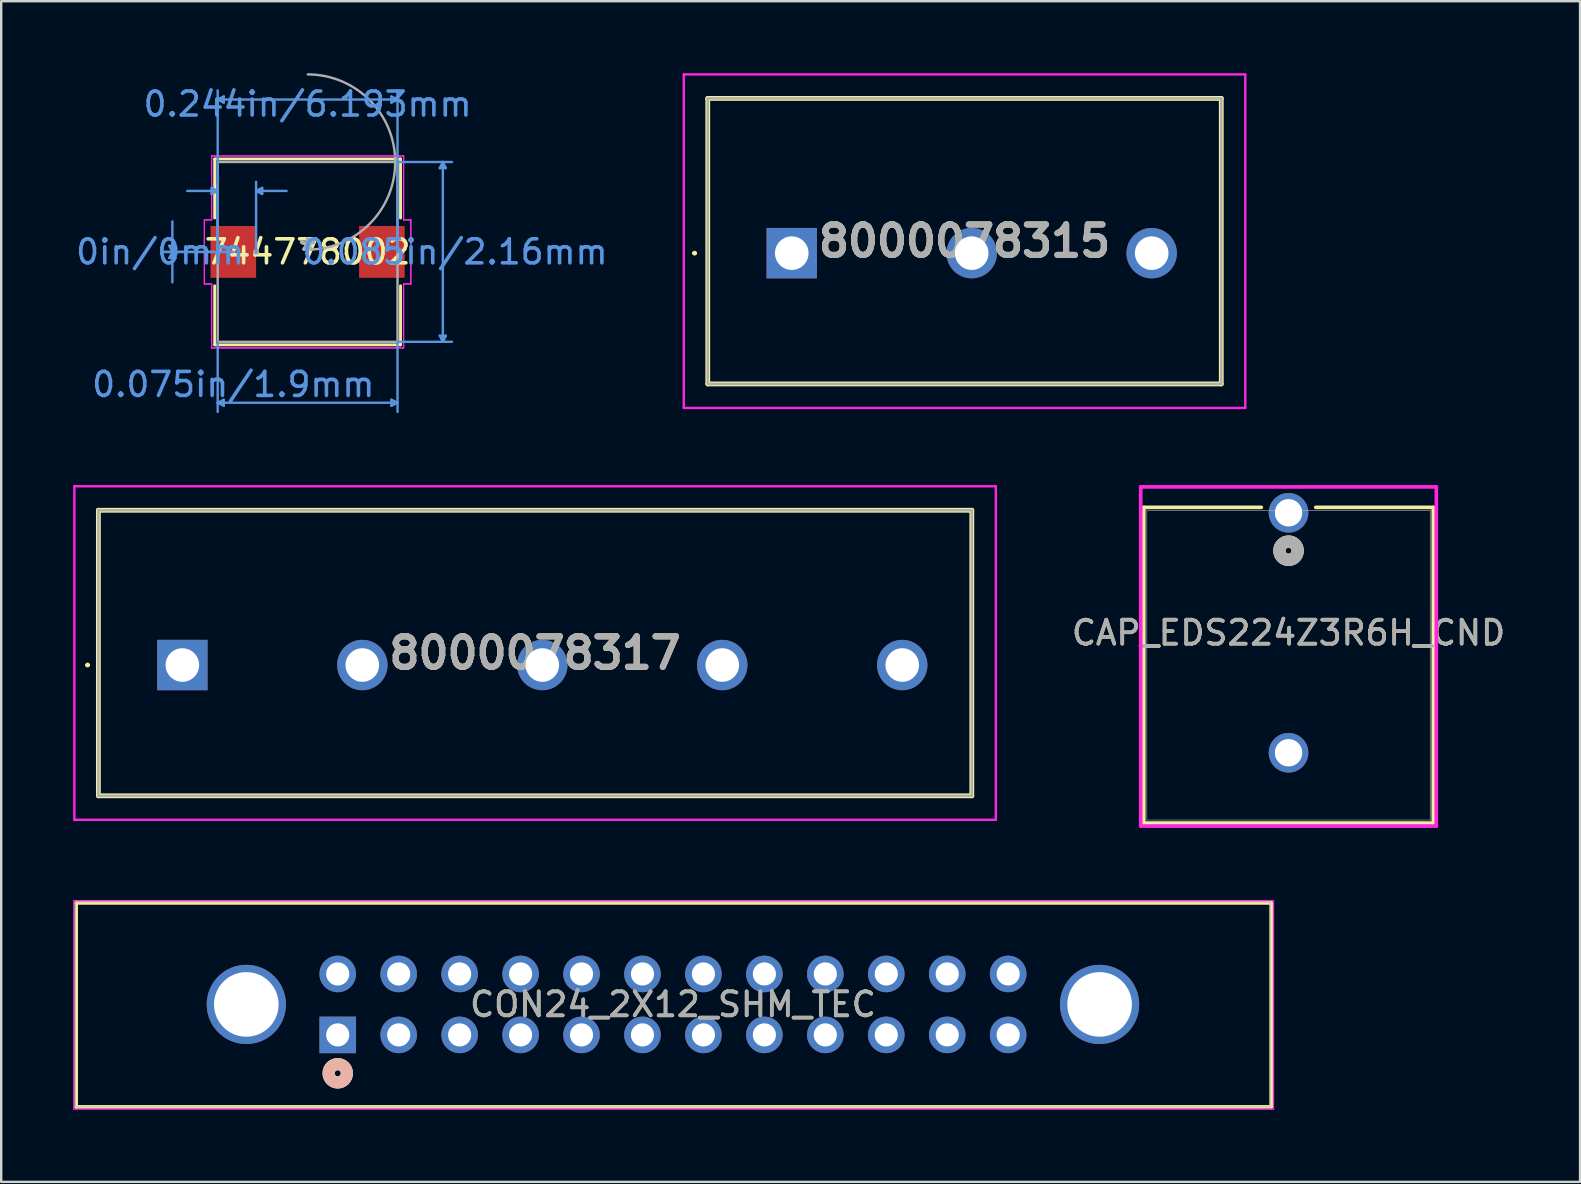
<source format=kicad_pcb>
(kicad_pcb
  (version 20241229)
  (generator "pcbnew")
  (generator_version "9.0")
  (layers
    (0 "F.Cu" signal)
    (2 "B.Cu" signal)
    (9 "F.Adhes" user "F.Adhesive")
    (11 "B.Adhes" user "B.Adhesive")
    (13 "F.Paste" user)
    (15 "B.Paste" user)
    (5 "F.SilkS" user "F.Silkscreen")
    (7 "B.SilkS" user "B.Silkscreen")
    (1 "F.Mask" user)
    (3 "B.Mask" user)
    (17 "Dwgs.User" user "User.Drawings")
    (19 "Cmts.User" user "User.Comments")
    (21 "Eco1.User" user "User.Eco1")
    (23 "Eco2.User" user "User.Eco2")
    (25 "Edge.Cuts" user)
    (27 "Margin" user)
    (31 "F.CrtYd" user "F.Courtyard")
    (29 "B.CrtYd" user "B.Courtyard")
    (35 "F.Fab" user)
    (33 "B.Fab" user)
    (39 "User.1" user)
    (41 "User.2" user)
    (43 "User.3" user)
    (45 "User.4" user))
  (footprint "CAP_EDS224Z3R6H_CND"
    (layer "F.Cu")
    (at 50.649 18.321)
    (property "Reference" "CAP_EDS224Z3R6H_CND" (at 0 5 0) (unlocked yes) (layer "F.SilkS") (effects (font (size 1 1) (thickness 0.15))))
    (attr through_hole)
    (fp_line (start -6.032 -0.227) (end -6.032 12.93) (stroke (width 0.152) (type solid)) (layer "F.SilkS"))
    (fp_line (start -6.032 12.93) (end 6.032 12.93) (stroke (width 0.152) (type solid)) (layer "F.SilkS"))
    (fp_line (start -1.136 -0.227) (end -6.032 -0.227) (stroke (width 0.152) (type solid)) (layer "F.SilkS"))
    (fp_line (start 6.032 -0.227) (end 1.136 -0.227) (stroke (width 0.152) (type solid)) (layer "F.SilkS"))
    (fp_line (start 6.032 12.93) (end 6.032 -0.227) (stroke (width 0.152) (type solid)) (layer "F.SilkS"))
    (fp_circle (center 0 1.58) (end 0.381 1.58) (stroke (width 0.508) (type solid)) (fill no) (layer "F.SilkS"))
    (fp_circle (center 0 1.58) (end 0.381 1.58) (stroke (width 0.508) (type solid)) (fill no) (layer "B.SilkS"))
    (fp_line (start -6.16 -1.079) (end -6.16 13.057) (stroke (width 0.152) (type solid)) (layer "F.CrtYd"))
    (fp_line (start -6.16 13.057) (end 6.16 13.057) (stroke (width 0.152) (type solid)) (layer "F.CrtYd"))
    (fp_line (start 6.16 -1.079) (end -6.16 -1.079) (stroke (width 0.152) (type solid)) (layer "F.CrtYd"))
    (fp_line (start 6.16 13.057) (end 6.16 -1.079) (stroke (width 0.152) (type solid)) (layer "F.CrtYd"))
    (fp_line (start -5.905 -0.1) (end -5.905 12.803) (stroke (width 0.025) (type solid)) (layer "F.Fab"))
    (fp_line (start -5.905 12.803) (end 5.905 12.803) (stroke (width 0.025) (type solid)) (layer "F.Fab"))
    (fp_line (start 5.905 -0.1) (end -5.905 -0.1) (stroke (width 0.025) (type solid)) (layer "F.Fab"))
    (fp_line (start 5.905 12.803) (end 5.905 -0.1) (stroke (width 0.025) (type solid)) (layer "F.Fab"))
    (fp_circle (center 0 1.58) (end 0.381 1.58) (stroke (width 0.508) (type solid)) (fill no) (layer "F.Fab"))
    (fp_text user "${REFERENCE}" (at 0 5 0) (unlocked yes) (layer "F.Fab") (effects (font (size 1 1) (thickness 0.15))))
    (pad "1" thru_hole circle (at 0 10) (size 1.651 1.651) (drill 1.143) (layers "*.Cu" "*.Mask"))
    (pad "2" thru_hole circle (at 0 0) (size 1.651 1.651) (drill 1.143) (layers "*.Cu" "*.Mask")))
  (footprint "CON24_2X12_SHM_TEC"
    (layer "F.Cu")
    (at 11.025 40.079)
    (property "Reference" "CON24_2X12_SHM_TEC" (at 13.97 -1.27 0) (unlocked yes) (layer "F.SilkS") (effects (font (size 1 1) (thickness 0.15))))
    (attr through_hole)
    (fp_line (start -10.9 -5.5) (end 38.9 -5.5) (stroke (width 0.15) (type solid)) (layer "F.SilkS"))
    (fp_line (start -10.9 3) (end -10.9 -5.5) (stroke (width 0.15) (type solid)) (layer "F.SilkS"))
    (fp_line (start 38.9 -5.5) (end 38.9 3) (stroke (width 0.15) (type solid)) (layer "F.SilkS"))
    (fp_line (start 38.9 3) (end -10.9 3) (stroke (width 0.15) (type solid)) (layer "F.SilkS"))
    (fp_circle (center 0 1.6) (end 0.381 1.6) (stroke (width 0.508) (type solid)) (fill no) (layer "F.SilkS"))
    (fp_circle (center 0 1.6) (end 0.381 1.6) (stroke (width 0.508) (type solid)) (fill no) (layer "B.SilkS"))
    (fp_line (start -11 -5.6) (end -11 3.1) (stroke (width 0.05) (type default)) (layer "F.CrtYd"))
    (fp_line (start -11 3.1) (end 39 3.1) (stroke (width 0.05) (type default)) (layer "F.CrtYd"))
    (fp_line (start 39 -5.6) (end -11 -5.6) (stroke (width 0.05) (type default)) (layer "F.CrtYd"))
    (fp_line (start 39 3.1) (end 39 -5.6) (stroke (width 0.05) (type default)) (layer "F.CrtYd"))
    (fp_line (start -10.922 -5.537) (end -10.922 2.997) (stroke (width 0.025) (type solid)) (layer "F.Fab"))
    (fp_line (start -10.922 2.997) (end 38.862 2.997) (stroke (width 0.025) (type solid)) (layer "F.Fab"))
    (fp_line (start 38.862 -5.537) (end -10.922 -5.537) (stroke (width 0.025) (type solid)) (layer "F.Fab"))
    (fp_line (start 38.862 2.997) (end 38.862 -5.537) (stroke (width 0.025) (type solid)) (layer "F.Fab"))
    (fp_text user "${REFERENCE}" (at 13.97 -1.27 0) (unlocked yes) (layer "F.Fab") (effects (font (size 1 1) (thickness 0.15))))
    (pad "1" thru_hole rect (at 0 0) (size 1.524 1.524) (drill 0.965) (layers "*.Cu" "*.Mask"))
    (pad "2" thru_hole circle (at 0 -2.54) (size 1.524 1.524) (drill 0.965) (layers "*.Cu" "*.Mask"))
    (pad "3" thru_hole circle (at 2.54 0) (size 1.524 1.524) (drill 0.965) (layers "*.Cu" "*.Mask"))
    (pad "4" thru_hole circle (at 2.54 -2.54) (size 1.524 1.524) (drill 0.965) (layers "*.Cu" "*.Mask"))
    (pad "5" thru_hole circle (at 5.08 0) (size 1.524 1.524) (drill 0.965) (layers "*.Cu" "*.Mask"))
    (pad "6" thru_hole circle (at 5.08 -2.54) (size 1.524 1.524) (drill 0.965) (layers "*.Cu" "*.Mask"))
    (pad "7" thru_hole circle (at 7.62 0) (size 1.524 1.524) (drill 0.965) (layers "*.Cu" "*.Mask"))
    (pad "8" thru_hole circle (at 7.62 -2.54) (size 1.524 1.524) (drill 0.965) (layers "*.Cu" "*.Mask"))
    (pad "9" thru_hole circle (at 10.16 0) (size 1.524 1.524) (drill 0.965) (layers "*.Cu" "*.Mask"))
    (pad "10" thru_hole circle (at 10.16 -2.54) (size 1.524 1.524) (drill 0.965) (layers "*.Cu" "*.Mask"))
    (pad "11" thru_hole circle (at 12.7 0) (size 1.524 1.524) (drill 0.965) (layers "*.Cu" "*.Mask"))
    (pad "12" thru_hole circle (at 12.7 -2.54) (size 1.524 1.524) (drill 0.965) (layers "*.Cu" "*.Mask"))
    (pad "13" thru_hole circle (at 15.24 0) (size 1.524 1.524) (drill 0.965) (layers "*.Cu" "*.Mask"))
    (pad "14" thru_hole circle (at 15.24 -2.54) (size 1.524 1.524) (drill 0.965) (layers "*.Cu" "*.Mask"))
    (pad "15" thru_hole circle (at 17.78 0) (size 1.524 1.524) (drill 0.965) (layers "*.Cu" "*.Mask"))
    (pad "16" thru_hole circle (at 17.78 -2.54) (size 1.524 1.524) (drill 0.965) (layers "*.Cu" "*.Mask"))
    (pad "17" thru_hole circle (at 20.32 0) (size 1.524 1.524) (drill 0.965) (layers "*.Cu" "*.Mask"))
    (pad "18" thru_hole circle (at 20.32 -2.54) (size 1.524 1.524) (drill 0.965) (layers "*.Cu" "*.Mask"))
    (pad "19" thru_hole circle (at 22.86 0) (size 1.524 1.524) (drill 0.965) (layers "*.Cu" "*.Mask"))
    (pad "20" thru_hole circle (at 22.86 -2.54) (size 1.524 1.524) (drill 0.965) (layers "*.Cu" "*.Mask"))
    (pad "21" thru_hole circle (at 25.4 0) (size 1.524 1.524) (drill 0.965) (layers "*.Cu" "*.Mask"))
    (pad "22" thru_hole circle (at 25.4 -2.54) (size 1.524 1.524) (drill 0.965) (layers "*.Cu" "*.Mask"))
    (pad "23" thru_hole circle (at 27.94 0) (size 1.524 1.524) (drill 0.965) (layers "*.Cu" "*.Mask"))
    (pad "24" thru_hole circle (at 27.94 -2.54) (size 1.524 1.524) (drill 0.965) (layers "*.Cu" "*.Mask"))
    (pad "25" thru_hole circle (at -3.81 -1.27) (size 3.302 3.302) (drill 2.692) (layers "*.Cu" "*.Mask"))
    (pad "26" thru_hole circle (at 31.75 -1.27) (size 3.302 3.302) (drill 2.692) (layers "*.Cu" "*.Mask")))
  (footprint "8000078315"
    (layer "F.Cu")
    (at 29.946 7.5)
    (property "Reference" "8000078315" (at 7.2 -0.5 0) (layer "F.SilkS") (effects (font (size 1.27 1.27) (thickness 0.254))))
    (attr through_hole)
    (fp_line (start -4.1 0) (end -4.1 0) (stroke (width 0.1) (type solid)) (layer "F.SilkS"))
    (fp_line (start -4 0) (end -4 0) (stroke (width 0.1) (type solid)) (layer "F.SilkS"))
    (fp_line (start -3.5 -6.45) (end 17.9 -6.45) (stroke (width 0.2) (type solid)) (layer "F.SilkS"))
    (fp_line (start -3.5 5.45) (end -3.5 -6.45) (stroke (width 0.2) (type solid)) (layer "F.SilkS"))
    (fp_line (start 17.9 -6.45) (end 17.9 5.45) (stroke (width 0.2) (type solid)) (layer "F.SilkS"))
    (fp_line (start 17.9 5.45) (end -3.5 5.45) (stroke (width 0.2) (type solid)) (layer "F.SilkS"))
    (fp_arc (start -4.1 0) (mid -4.05 -0.05) (end -4 0) (stroke (width 0.1) (type solid)) (layer "F.SilkS"))
    (fp_arc (start -4 0) (mid -4.05 0.05) (end -4.1 0) (stroke (width 0.1) (type solid)) (layer "F.SilkS"))
    (fp_line (start -4.5 -7.45) (end 18.9 -7.45) (stroke (width 0.1) (type solid)) (layer "F.CrtYd"))
    (fp_line (start -4.5 6.45) (end -4.5 -7.45) (stroke (width 0.1) (type solid)) (layer "F.CrtYd"))
    (fp_line (start 18.9 -7.45) (end 18.9 6.45) (stroke (width 0.1) (type solid)) (layer "F.CrtYd"))
    (fp_line (start 18.9 6.45) (end -4.5 6.45) (stroke (width 0.1) (type solid)) (layer "F.CrtYd"))
    (fp_line (start -3.5 -6.45) (end 17.9 -6.45) (stroke (width 0.1) (type solid)) (layer "F.Fab"))
    (fp_line (start -3.5 5.45) (end -3.5 -6.45) (stroke (width 0.1) (type solid)) (layer "F.Fab"))
    (fp_line (start 17.9 -6.45) (end 17.9 5.45) (stroke (width 0.1) (type solid)) (layer "F.Fab"))
    (fp_line (start 17.9 5.45) (end -3.5 5.45) (stroke (width 0.1) (type solid)) (layer "F.Fab"))
    (fp_text user "${REFERENCE}" (at 7.2 -0.5 0) (layer "F.Fab") (effects (font (size 1.27 1.27) (thickness 0.254))))
    (pad "1" thru_hole rect (at 0 0) (size 2.1 2.1) (drill 1.4) (layers "*.Cu" "*.Mask"))
    (pad "2" thru_hole circle (at 7.5 0) (size 2.1 2.1) (drill 1.4) (layers "*.Cu" "*.Mask"))
    (pad "3" thru_hole circle (at 15 0) (size 2.1 2.1) (drill 1.4) (layers "*.Cu" "*.Mask")))
  (footprint "8000078317"
    (layer "F.Cu")
    (at 4.55 24.665)
    (property "Reference" "8000078317" (at 14.7 -0.5 0) (layer "F.SilkS") (effects (font (size 1.27 1.27) (thickness 0.254))))
    (attr through_hole)
    (fp_line (start -4 0) (end -4 0) (stroke (width 0.1) (type solid)) (layer "F.SilkS"))
    (fp_line (start -3.9 0) (end -3.9 0) (stroke (width 0.1) (type solid)) (layer "F.SilkS"))
    (fp_line (start -3.5 -6.45) (end 32.9 -6.45) (stroke (width 0.2) (type solid)) (layer "F.SilkS"))
    (fp_line (start -3.5 5.45) (end -3.5 -6.45) (stroke (width 0.2) (type solid)) (layer "F.SilkS"))
    (fp_line (start 32.9 -6.45) (end 32.9 5.45) (stroke (width 0.2) (type solid)) (layer "F.SilkS"))
    (fp_line (start 32.9 5.45) (end -3.5 5.45) (stroke (width 0.2) (type solid)) (layer "F.SilkS"))
    (fp_arc (start -4 0) (mid -3.95 -0.05) (end -3.9 0) (stroke (width 0.1) (type solid)) (layer "F.SilkS"))
    (fp_arc (start -3.9 0) (mid -3.95 0.05) (end -4 0) (stroke (width 0.1) (type solid)) (layer "F.SilkS"))
    (fp_line (start -4.5 -7.45) (end 33.9 -7.45) (stroke (width 0.1) (type solid)) (layer "F.CrtYd"))
    (fp_line (start -4.5 6.45) (end -4.5 -7.45) (stroke (width 0.1) (type solid)) (layer "F.CrtYd"))
    (fp_line (start 33.9 -7.45) (end 33.9 6.45) (stroke (width 0.1) (type solid)) (layer "F.CrtYd"))
    (fp_line (start 33.9 6.45) (end -4.5 6.45) (stroke (width 0.1) (type solid)) (layer "F.CrtYd"))
    (fp_line (start -3.5 -6.45) (end -3.5 5.45) (stroke (width 0.1) (type solid)) (layer "F.Fab"))
    (fp_line (start -3.5 5.45) (end 32.9 5.45) (stroke (width 0.1) (type solid)) (layer "F.Fab"))
    (fp_line (start 32.9 -6.45) (end -3.5 -6.45) (stroke (width 0.1) (type solid)) (layer "F.Fab"))
    (fp_line (start 32.9 5.45) (end 32.9 -6.45) (stroke (width 0.1) (type solid)) (layer "F.Fab"))
    (fp_text user "${REFERENCE}" (at 14.7 -0.5 0) (layer "F.Fab") (effects (font (size 1.27 1.27) (thickness 0.254))))
    (pad "1" thru_hole rect (at 0 0) (size 2.1 2.1) (drill 1.4) (layers "*.Cu" "*.Mask"))
    (pad "2" thru_hole circle (at 7.5 0) (size 2.1 2.1) (drill 1.4) (layers "*.Cu" "*.Mask"))
    (pad "3" thru_hole circle (at 15 0) (size 2.1 2.1) (drill 1.4) (layers "*.Cu" "*.Mask"))
    (pad "4" thru_hole circle (at 22.5 0) (size 2.1 2.1) (drill 1.4) (layers "*.Cu" "*.Mask"))
    (pad "5" thru_hole circle (at 30 0) (size 2.1 2.1) (drill 1.4) (layers "*.Cu" "*.Mask")))
  (footprint "744778002"
    (layer "F.Cu")
    (at 9.769 7.448)
    (property "Reference" "744778002" (at 0 0 0) (layer "F.SilkS") (effects (font (size 1 1) (thickness 0.15))))
    (attr through_hole)
    (fp_line (start -3.873 -3.873) (end -3.873 -1.413) (stroke (width 0.12) (type solid)) (layer "F.SilkS"))
    (fp_line (start -3.873 1.413) (end -3.873 3.873) (stroke (width 0.12) (type solid)) (layer "F.SilkS"))
    (fp_line (start -3.873 3.873) (end 3.873 3.873) (stroke (width 0.12) (type solid)) (layer "F.SilkS"))
    (fp_line (start 3.873 -3.873) (end -3.873 -3.873) (stroke (width 0.12) (type solid)) (layer "F.SilkS"))
    (fp_line (start 3.873 -1.413) (end 3.873 -3.873) (stroke (width 0.12) (type solid)) (layer "F.SilkS"))
    (fp_line (start 3.873 3.873) (end 3.873 1.413) (stroke (width 0.12) (type solid)) (layer "F.SilkS"))
    (fp_line (start -5.763 -0.254) (end -5.509 -0.254) (stroke (width 0.1) (type solid)) (layer "Cmts.User"))
    (fp_line (start -5.763 0.254) (end -5.509 0.254) (stroke (width 0.1) (type solid)) (layer "Cmts.User"))
    (fp_line (start -5.636 0) (end -5.763 -0.254) (stroke (width 0.1) (type solid)) (layer "Cmts.User"))
    (fp_line (start -5.636 0) (end -5.763 0.254) (stroke (width 0.1) (type solid)) (layer "Cmts.User"))
    (fp_line (start -5.636 0) (end -5.636 -1.27) (stroke (width 0.1) (type solid)) (layer "Cmts.User"))
    (fp_line (start -5.636 0) (end -5.636 1.27) (stroke (width 0.1) (type solid)) (layer "Cmts.User"))
    (fp_line (start -5.636 0) (end -5.509 -0.254) (stroke (width 0.1) (type solid)) (layer "Cmts.User"))
    (fp_line (start -5.636 0) (end -5.509 0.254) (stroke (width 0.1) (type solid)) (layer "Cmts.User"))
    (fp_line (start -4 -2.667) (end -4 -2.413) (stroke (width 0.1) (type solid)) (layer "Cmts.User"))
    (fp_line (start -3.747 -6.35) (end -3.493 -6.477) (stroke (width 0.1) (type solid)) (layer "Cmts.User"))
    (fp_line (start -3.747 -6.35) (end -3.493 -6.223) (stroke (width 0.1) (type solid)) (layer "Cmts.User"))
    (fp_line (start -3.747 -6.35) (end 3.747 -6.35) (stroke (width 0.1) (type solid)) (layer "Cmts.User"))
    (fp_line (start -3.747 -2.54) (end -5.016 -2.54) (stroke (width 0.1) (type solid)) (layer "Cmts.User"))
    (fp_line (start -3.747 -2.54) (end -4 -2.667) (stroke (width 0.1) (type solid)) (layer "Cmts.User"))
    (fp_line (start -3.747 -2.54) (end -4 -2.413) (stroke (width 0.1) (type solid)) (layer "Cmts.User"))
    (fp_line (start -3.747 0) (end -3.747 -6.731) (stroke (width 0.1) (type solid)) (layer "Cmts.User"))
    (fp_line (start -3.747 0) (end -3.747 -2.921) (stroke (width 0.1) (type solid)) (layer "Cmts.User"))
    (fp_line (start -3.747 3.747) (end -3.747 6.668) (stroke (width 0.1) (type solid)) (layer "Cmts.User"))
    (fp_line (start -3.747 6.287) (end -3.493 6.16) (stroke (width 0.1) (type solid)) (layer "Cmts.User"))
    (fp_line (start -3.747 6.287) (end -3.493 6.413) (stroke (width 0.1) (type solid)) (layer "Cmts.User"))
    (fp_line (start -3.747 6.287) (end 3.747 6.287) (stroke (width 0.1) (type solid)) (layer "Cmts.User"))
    (fp_line (start -3.493 -6.477) (end -3.493 -6.223) (stroke (width 0.1) (type solid)) (layer "Cmts.User"))
    (fp_line (start -3.493 6.16) (end -3.493 6.413) (stroke (width 0.1) (type solid)) (layer "Cmts.User"))
    (fp_line (start -3.096 0) (end -6.017 0) (stroke (width 0.1) (type solid)) (layer "Cmts.User"))
    (fp_line (start -3.096 0) (end -6.017 0) (stroke (width 0.1) (type solid)) (layer "Cmts.User"))
    (fp_line (start -2.146 -2.54) (end -1.892 -2.667) (stroke (width 0.1) (type solid)) (layer "Cmts.User"))
    (fp_line (start -2.146 -2.54) (end -1.892 -2.413) (stroke (width 0.1) (type solid)) (layer "Cmts.User"))
    (fp_line (start -2.146 -2.54) (end -0.876 -2.54) (stroke (width 0.1) (type solid)) (layer "Cmts.User"))
    (fp_line (start -2.146 0) (end -2.146 -2.921) (stroke (width 0.1) (type solid)) (layer "Cmts.User"))
    (fp_line (start -1.892 -2.667) (end -1.892 -2.413) (stroke (width 0.1) (type solid)) (layer "Cmts.User"))
    (fp_line (start 3.493 -6.477) (end 3.493 -6.223) (stroke (width 0.1) (type solid)) (layer "Cmts.User"))
    (fp_line (start 3.493 6.16) (end 3.493 6.413) (stroke (width 0.1) (type solid)) (layer "Cmts.User"))
    (fp_line (start 3.747 -6.35) (end 3.493 -6.477) (stroke (width 0.1) (type solid)) (layer "Cmts.User"))
    (fp_line (start 3.747 -6.35) (end 3.493 -6.223) (stroke (width 0.1) (type solid)) (layer "Cmts.User"))
    (fp_line (start 3.747 -3.747) (end 6.017 -3.747) (stroke (width 0.1) (type solid)) (layer "Cmts.User"))
    (fp_line (start 3.747 0) (end 3.747 -6.731) (stroke (width 0.1) (type solid)) (layer "Cmts.User"))
    (fp_line (start 3.747 3.747) (end 3.747 6.668) (stroke (width 0.1) (type solid)) (layer "Cmts.User"))
    (fp_line (start 3.747 3.747) (end 6.017 3.747) (stroke (width 0.1) (type solid)) (layer "Cmts.User"))
    (fp_line (start 3.747 6.287) (end 3.493 6.16) (stroke (width 0.1) (type solid)) (layer "Cmts.User"))
    (fp_line (start 3.747 6.287) (end 3.493 6.413) (stroke (width 0.1) (type solid)) (layer "Cmts.User"))
    (fp_line (start 5.509 -3.493) (end 5.763 -3.493) (stroke (width 0.1) (type solid)) (layer "Cmts.User"))
    (fp_line (start 5.509 3.493) (end 5.763 3.493) (stroke (width 0.1) (type solid)) (layer "Cmts.User"))
    (fp_line (start 5.636 -3.747) (end 5.509 -3.493) (stroke (width 0.1) (type solid)) (layer "Cmts.User"))
    (fp_line (start 5.636 -3.747) (end 5.636 3.747) (stroke (width 0.1) (type solid)) (layer "Cmts.User"))
    (fp_line (start 5.636 -3.747) (end 5.763 -3.493) (stroke (width 0.1) (type solid)) (layer "Cmts.User"))
    (fp_line (start 5.636 3.747) (end 5.509 3.493) (stroke (width 0.1) (type solid)) (layer "Cmts.User"))
    (fp_line (start 5.636 3.747) (end 5.763 3.493) (stroke (width 0.1) (type solid)) (layer "Cmts.User"))
    (fp_line (start -4.301 -1.334) (end -4 -1.334) (stroke (width 0.05) (type solid)) (layer "F.CrtYd"))
    (fp_line (start -4.301 -1.334) (end -4 -1.334) (stroke (width 0.05) (type solid)) (layer "F.CrtYd"))
    (fp_line (start -4.301 1.334) (end -4.301 -1.334) (stroke (width 0.05) (type solid)) (layer "F.CrtYd"))
    (fp_line (start -4.301 1.334) (end -4.301 -1.334) (stroke (width 0.05) (type solid)) (layer "F.CrtYd"))
    (fp_line (start -4.301 1.334) (end -4 1.334) (stroke (width 0.05) (type solid)) (layer "F.CrtYd"))
    (fp_line (start -4 -4) (end 4 -4) (stroke (width 0.05) (type solid)) (layer "F.CrtYd"))
    (fp_line (start -4 -4) (end 4 -4) (stroke (width 0.05) (type solid)) (layer "F.CrtYd"))
    (fp_line (start -4 -1.334) (end -4 -4) (stroke (width 0.05) (type solid)) (layer "F.CrtYd"))
    (fp_line (start -4 -1.334) (end -4 -4) (stroke (width 0.05) (type solid)) (layer "F.CrtYd"))
    (fp_line (start -4 1.334) (end -4.301 1.334) (stroke (width 0.05) (type solid)) (layer "F.CrtYd"))
    (fp_line (start -4 4) (end -4 1.334) (stroke (width 0.05) (type solid)) (layer "F.CrtYd"))
    (fp_line (start -4 4) (end -4 1.334) (stroke (width 0.05) (type solid)) (layer "F.CrtYd"))
    (fp_line (start 4 -4) (end 4 -1.334) (stroke (width 0.05) (type solid)) (layer "F.CrtYd"))
    (fp_line (start 4 -4) (end 4 -1.334) (stroke (width 0.05) (type solid)) (layer "F.CrtYd"))
    (fp_line (start 4 -1.334) (end 4.301 -1.334) (stroke (width 0.05) (type solid)) (layer "F.CrtYd"))
    (fp_line (start 4 1.334) (end 4 4) (stroke (width 0.05) (type solid)) (layer "F.CrtYd"))
    (fp_line (start 4 1.334) (end 4 4) (stroke (width 0.05) (type solid)) (layer "F.CrtYd"))
    (fp_line (start 4 4) (end -4 4) (stroke (width 0.05) (type solid)) (layer "F.CrtYd"))
    (fp_line (start 4 4) (end -4 4) (stroke (width 0.05) (type solid)) (layer "F.CrtYd"))
    (fp_line (start 4.301 -1.334) (end 4 -1.334) (stroke (width 0.05) (type solid)) (layer "F.CrtYd"))
    (fp_line (start 4.301 -1.334) (end 4.301 1.334) (stroke (width 0.05) (type solid)) (layer "F.CrtYd"))
    (fp_line (start 4.301 -1.334) (end 4.301 1.334) (stroke (width 0.05) (type solid)) (layer "F.CrtYd"))
    (fp_line (start 4.301 1.334) (end 4 1.334) (stroke (width 0.05) (type solid)) (layer "F.CrtYd"))
    (fp_line (start 4.301 1.334) (end 4 1.334) (stroke (width 0.05) (type solid)) (layer "F.CrtYd"))
    (fp_line (start -3.747 -3.747) (end -3.747 3.747) (stroke (width 0.1) (type solid)) (layer "F.Fab"))
    (fp_line (start -3.747 3.747) (end 3.747 3.747) (stroke (width 0.1) (type solid)) (layer "F.Fab"))
    (fp_line (start 3.747 -3.747) (end -3.747 -3.747) (stroke (width 0.1) (type solid)) (layer "F.Fab"))
    (fp_line (start 3.747 3.747) (end 3.747 -3.747) (stroke (width 0.1) (type solid)) (layer "F.Fab"))
    (fp_arc (start 0.007742 -7.397839) (mid 3.651339 -3.738758) (end -0.007742 -0.095161) (stroke (width 0.1) (type solid)) (layer "F.Fab"))
    (fp_circle (center -2.146 0) (end -2.07 0) (stroke (width 0.1) (type solid)) (fill no) (layer "F.Fab"))
    (fp_text user "*" (at 0 0 0) (layer "F.SilkS") (effects (font (size 1 1) (thickness 0.15))))
    (fp_text user "0in/0mm" (at -6.144 0 0) (layer "Cmts.User") (effects (font (size 1 1) (thickness 0.15))))
    (fp_text user "0.085in/2.16mm" (at 6.144 0 0) (layer "Cmts.User") (effects (font (size 1 1) (thickness 0.15))))
    (fp_text user "0.244in/6.193mm" (at 0 -6.16 0) (layer "Cmts.User") (effects (font (size 1 1) (thickness 0.15))))
    (fp_text user "Copyright 2021 Accelerated Designs. All rights reserved." (at 0 0 0) (layer "Cmts.User") (effects (font (size 0.127 0.127) (thickness 0.002))))
    (fp_text user "0.075in/1.9mm" (at -3.096 5.524 0) (layer "Cmts.User") (effects (font (size 1 1) (thickness 0.15))))
    (fp_text user "*" (at 0 0 0) (layer "F.Fab") (effects (font (size 1 1) (thickness 0.15))))
    (pad "1" smd rect (at -3.096 0) (size 1.9 2.16) (layers "F.Cu" "F.Mask" "F.Paste"))
    (pad "2" smd rect (at 3.096 0) (size 1.9 2.16) (layers "F.Cu" "F.Mask" "F.Paste")))
  (gr_rect
    (start -3 -3)
    (end 62.798 46.204)
    (stroke (width 0.1) (type default))
    (fill no)
    (layer "Edge.Cuts")))
</source>
